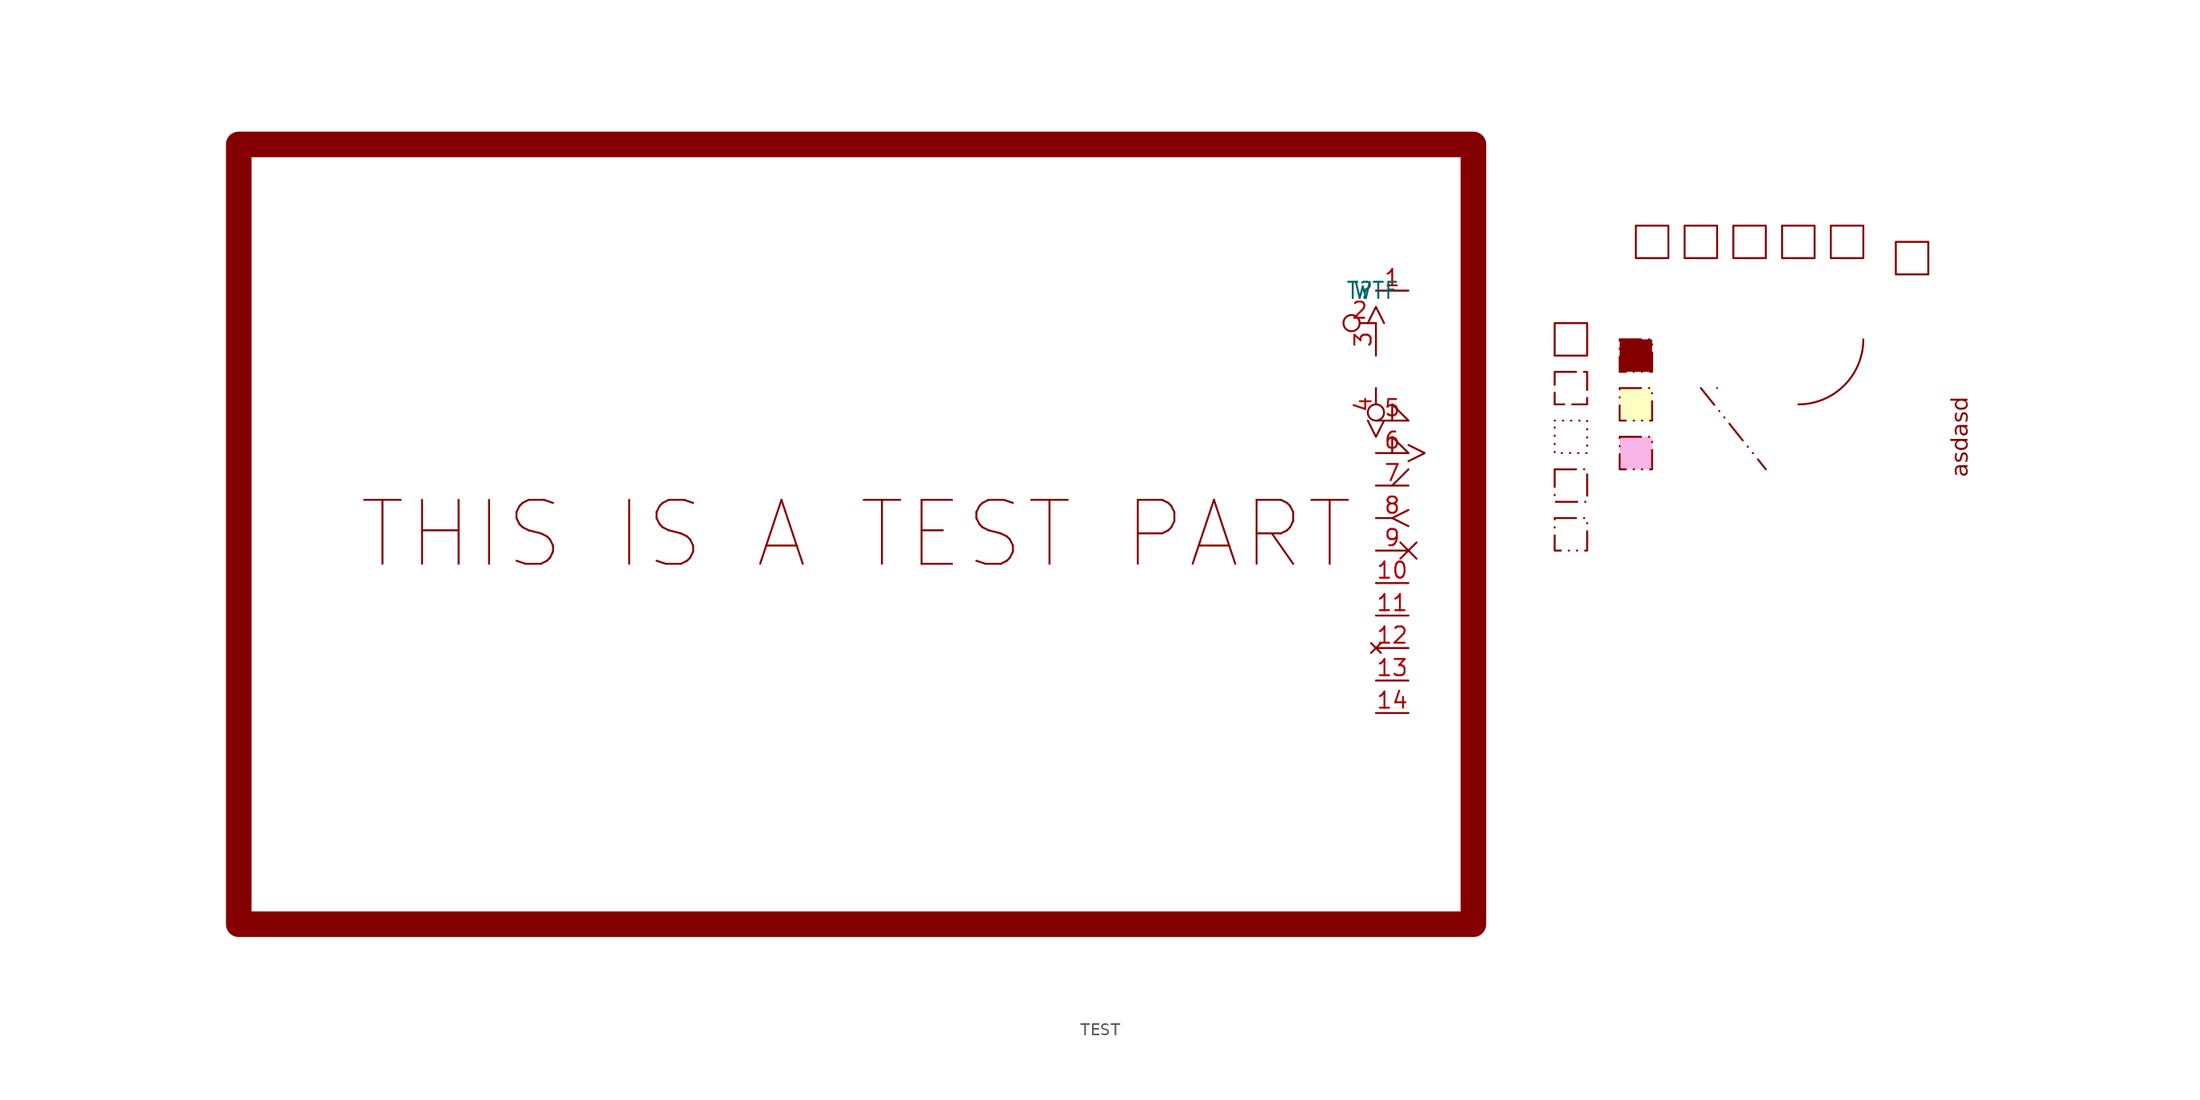
<source format=kicad_sym>
(kicad_symbol_lib
  (version 20220914)
  (generator kicad_symbol_editor)
  (symbol "TEST"
    (property "Reference" "T"
      (at 39.37 19.05 0)
      (effects (font (size 1.27 1.27))))
    (property "Value" "WTF"
      (at 40.64 19.05 0)
      (effects (font (size 1.27 1.27))))
    (symbol "TEST_0_0"
      (text "asdasd" (at 86.36 7.62 900) (effects (font (face "Alibre Symbols") (size 1.27 1.27))))
      (text_box private "" (at 73.66 19.05 90) (size 2.54 -2.54) (stroke (width 0) (type default)) (fill (type color) (color 0 0 0 0)) (effects (font (size 1.27 1.27)) (justify right bottom)))
      (pin input line (at 40.64 19.05 0) (length 2.54) (name "" (effects (font (size 1.27 1.27)))) (number "1" (effects (font (size 1.27 1.27)))))
      (pin open_collector line (at 40.64 -3.81 0) (length 2.54) (name "" (effects (font (size 1.27 1.27)))) (number "10" (effects (font (size 1.27 1.27)))))
      (pin open_emitter line (at 40.64 -6.35 0) (length 2.54) (name "" (effects (font (size 1.27 1.27)))) (number "11" (effects (font (size 1.27 1.27)))))
      (pin no_connect line (at 40.64 -8.89 0) (length 2.54) (name "" (effects (font (size 1.27 1.27)))) (number "12" (effects (font (size 1.27 1.27)))))
      (pin input line (at 40.64 -11.43 0) (length 2.54) (name "" (effects (font (size 1.27 1.27)))) (number "13" (effects (font (size 1.27 1.27)))))
      (pin input line (at 40.64 -13.97 0) (length 2.54) (name "" (effects (font (size 1.27 1.27)))) (number "14" (effects (font (size 1.27 1.27)))))
      (pin output inverted (at 40.64 16.51 180) (length 2.54) (name "" (effects (font (size 1.27 1.27)))) (number "2" (effects (font (size 1.27 1.27)))))
      (pin bidirectional clock (at 40.64 13.97 90) (length 2.54) (name "" (effects (font (size 1.27 1.27)))) (number "3" (effects (font (size 1.27 1.27)))))
      (pin tri_state inverted_clock (at 40.64 11.43 270) (length 2.54) (name "" (effects (font (size 1.27 1.27)))) (number "4" (effects (font (size 1.27 1.27)))))
      (pin passive input_low (at 40.64 8.89 0) (length 2.54) (name "" (effects (font (size 1.27 1.27)))) (number "5" (effects (font (size 1.27 1.27)))))
      (pin free clock_low (at 40.64 6.35 0) (length 2.54) (name "" (effects (font (size 1.27 1.27)))) (number "6" (effects (font (size 1.27 1.27)))))
      (pin unspecified output_low (at 40.64 3.81 0) (length 2.54) (name "" (effects (font (size 1.27 1.27)))) (number "7" (effects (font (size 1.27 1.27)))))
      (pin power_in edge_clock_high (at 40.64 1.27 0) (length 2.54) (name "" (effects (font (size 1.27 1.27)))) (number "8" (effects (font (size 1.27 1.27)))))
      (pin power_out non_logic (at 40.64 -1.27 0) (length 2.54) (name "" (effects (font (size 1.27 1.27)))) (number "9" (effects (font (size 1.27 1.27))))))
    (symbol "TEST_0_1"
      (rectangle (start -48.26 30.48) (end 48.26 -30.48) (stroke (width 2) (type default)) (fill (type none)))
      (polyline (pts (xy 66.04 11.43) (xy 71.12 5.08)) (stroke (width 0) (type default)) (fill (type none)))
      (polyline (pts (xy 67.31 11.43) (xy 67.31 11.43)) (stroke (width 0) (type default)) (fill (type none)))
      (rectangle (start 54.61 1.27) (end 57.15 -1.27) (stroke (width 0) (type dash_dot_dot)) (fill (type none)))
      (rectangle (start 54.61 5.08) (end 57.15 2.54) (stroke (width 0) (type dash_dot)) (fill (type none)))
      (rectangle (start 54.61 8.89) (end 57.15 6.35) (stroke (width 0) (type dot)) (fill (type none)))
      (rectangle (start 54.61 12.7) (end 57.15 10.16) (stroke (width 0) (type dash)) (fill (type none)))
      (rectangle (start 54.61 16.51) (end 57.15 13.97) (stroke (width 0) (type solid)) (fill (type none)))
      (rectangle (start 59.69 7.62) (end 62.23 5.08) (stroke (width 0) (type dash_dot_dot)) (fill (type color) (color 240 109 208 0.502)))
      (rectangle (start 59.69 11.43) (end 62.23 8.89) (stroke (width 0) (type dash_dot_dot)) (fill (type background)))
      (rectangle (start 59.69 15.24) (end 62.23 12.7) (stroke (width 0) (type dash_dot_dot)) (fill (type outline)))
      (arc (start 73.66 10.16) (mid 77.2521 11.6479) (end 78.74 15.24) (stroke (width 0) (type default)) (fill (type none)))
      (text "THIS IS A TEST PART" (at 0 0 0) (effects (font (size 5 5))))
      (text_box "" (at 64.77 24.13 0) (size 2.54 -2.54) (stroke (width 0) (type default)) (fill (type none)) (effects (font (size 1.27 1.27)) (justify top)))
      (text_box "" (at 68.58 24.13 0) (size 2.54 -2.54) (stroke (width 0) (type default)) (fill (type none)) (effects (font (size 1.27 1.27)) (justify right top)))
      (text_box "" (at 72.39 24.13 0) (size 2.54 -2.54) (stroke (width 0) (type default)) (fill (type none)) (effects (font (size 1.27 1.27)) (justify right)))
      (text_box "" (at 76.2 24.13 0) (size 2.54 -2.54) (stroke (width 0) (type default)) (fill (type none)) (effects (font (size 1.27 1.27)) (justify right bottom)))
      (text_box private "" (at 68.58 19.05 90) (size 2.54 -2.54) (stroke (width 0) (type default)) (fill (type none)) (effects (font (size 1.27 1.27)) (justify right bottom)))
      (text_box "" (at 81.28 22.86 90) (size 2.54 -2.54) (stroke (width 0) (type default)) (fill (type none)) (effects (font (size 1.27 1.27)) (justify right bottom)))
      (text_box "" (at 60.96 24.13 0) (size 2.54 -2.54) (stroke (width 0) (type default)) (fill (type none)) (effects (font (size 1.27 1.27) (thickness 0.254) bold italic) (justify left top))))))
</source>
